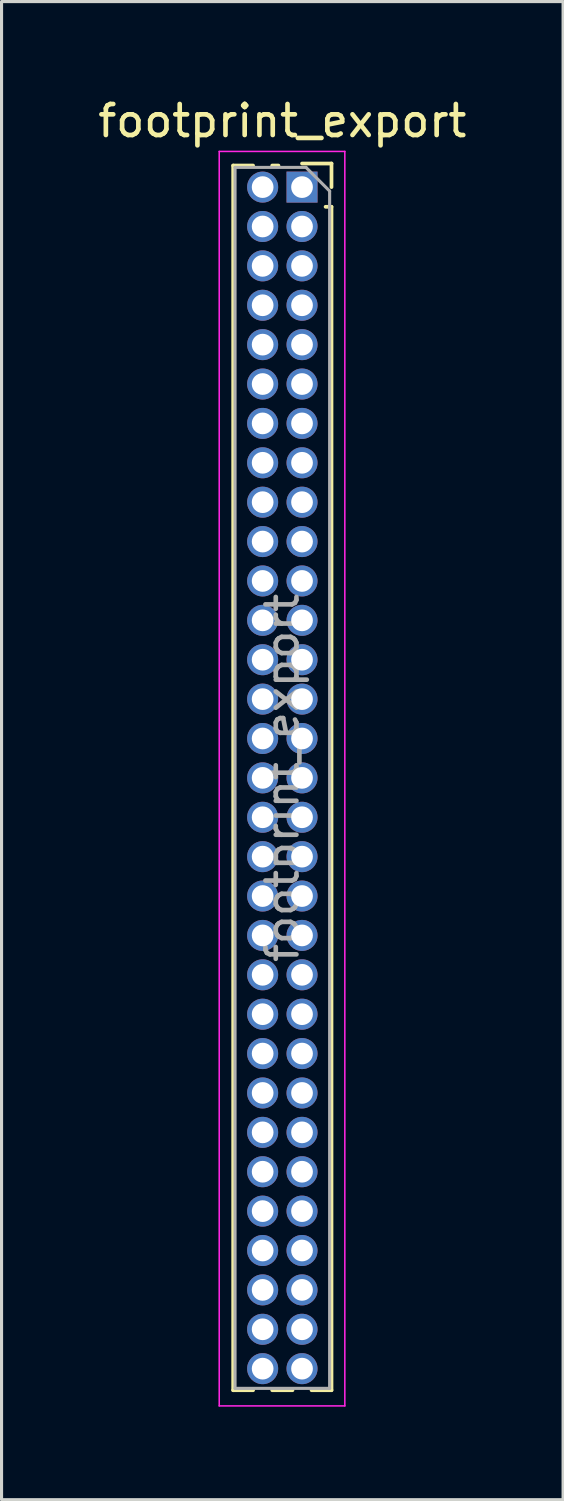
<source format=kicad_pcb>
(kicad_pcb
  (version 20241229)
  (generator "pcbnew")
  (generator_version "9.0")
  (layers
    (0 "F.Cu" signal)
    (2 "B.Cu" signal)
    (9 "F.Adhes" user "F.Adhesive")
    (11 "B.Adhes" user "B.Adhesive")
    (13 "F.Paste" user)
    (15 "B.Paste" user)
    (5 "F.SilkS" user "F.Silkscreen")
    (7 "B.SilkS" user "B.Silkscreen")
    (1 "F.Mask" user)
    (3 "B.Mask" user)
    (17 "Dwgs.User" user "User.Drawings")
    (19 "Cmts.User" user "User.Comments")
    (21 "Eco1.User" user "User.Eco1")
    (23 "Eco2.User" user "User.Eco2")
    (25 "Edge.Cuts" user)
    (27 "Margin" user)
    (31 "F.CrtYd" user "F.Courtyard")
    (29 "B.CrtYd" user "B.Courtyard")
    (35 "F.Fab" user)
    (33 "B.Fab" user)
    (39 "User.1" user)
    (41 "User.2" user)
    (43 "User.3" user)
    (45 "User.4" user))
  (footprint "footprint_export"
    (layer "F.Cu")
    (at 6.689 2.983)
    (property "Reference" "footprint_export" (at -0.635 -2.135 0) (layer "F.SilkS") (effects (font (size 1 1) (thickness 0.15))))
    (attr through_hole)
    (fp_line (start -2.22 -0.695) (end -2.22 38.795) (stroke (width 0.12) (type solid)) (layer "F.SilkS"))
    (fp_line (start -2.22 -0.695) (end -1.578 -0.695) (stroke (width 0.12) (type solid)) (layer "F.SilkS"))
    (fp_line (start -2.22 38.795) (end -1.578 38.795) (stroke (width 0.12) (type solid)) (layer "F.SilkS"))
    (fp_line (start -0.962 -0.695) (end -0.76 -0.695) (stroke (width 0.12) (type solid)) (layer "F.SilkS"))
    (fp_line (start -0.962 38.795) (end -0.308 38.795) (stroke (width 0.12) (type solid)) (layer "F.SilkS"))
    (fp_line (start 0 -0.76) (end 0.95 -0.76) (stroke (width 0.12) (type solid)) (layer "F.SilkS"))
    (fp_line (start 0.308 38.795) (end 0.95 38.795) (stroke (width 0.12) (type solid)) (layer "F.SilkS"))
    (fp_line (start 0.76 0.635) (end 0.95 0.635) (stroke (width 0.12) (type solid)) (layer "F.SilkS"))
    (fp_line (start 0.95 -0.76) (end 0.95 0) (stroke (width 0.12) (type solid)) (layer "F.SilkS"))
    (fp_line (start 0.95 0.635) (end 0.95 38.795) (stroke (width 0.12) (type solid)) (layer "F.SilkS"))
    (fp_line (start -2.67 -1.15) (end 1.38 -1.15) (stroke (width 0.05) (type solid)) (layer "F.CrtYd"))
    (fp_line (start -2.67 39.3) (end -2.67 -1.15) (stroke (width 0.05) (type solid)) (layer "F.CrtYd"))
    (fp_line (start 1.38 -1.15) (end 1.38 39.3) (stroke (width 0.05) (type solid)) (layer "F.CrtYd"))
    (fp_line (start 1.38 39.3) (end -2.67 39.3) (stroke (width 0.05) (type solid)) (layer "F.CrtYd"))
    (fp_line (start -2.16 -0.635) (end 0.128 -0.635) (stroke (width 0.1) (type solid)) (layer "F.Fab"))
    (fp_line (start -2.16 38.735) (end -2.16 -0.635) (stroke (width 0.1) (type solid)) (layer "F.Fab"))
    (fp_line (start 0.128 -0.635) (end 0.89 0.128) (stroke (width 0.1) (type solid)) (layer "F.Fab"))
    (fp_line (start 0.89 0.128) (end 0.89 38.735) (stroke (width 0.1) (type solid)) (layer "F.Fab"))
    (fp_line (start 0.89 38.735) (end -2.16 38.735) (stroke (width 0.1) (type solid)) (layer "F.Fab"))
    (fp_text user "${REFERENCE}" (at -0.635 19.05 90) (layer "F.Fab") (effects (font (size 1 1) (thickness 0.15))))
    (pad "1" thru_hole rect (at 0 0) (size 1 1) (drill 0.7) (layers "*.Cu" "*.Mask"))
    (pad "2" thru_hole oval (at -1.27 0) (size 1 1) (drill 0.7) (layers "*.Cu" "*.Mask"))
    (pad "3" thru_hole oval (at 0 1.27) (size 1 1) (drill 0.7) (layers "*.Cu" "*.Mask"))
    (pad "4" thru_hole oval (at -1.27 1.27) (size 1 1) (drill 0.7) (layers "*.Cu" "*.Mask"))
    (pad "5" thru_hole oval (at 0 2.54) (size 1 1) (drill 0.7) (layers "*.Cu" "*.Mask"))
    (pad "6" thru_hole oval (at -1.27 2.54) (size 1 1) (drill 0.7) (layers "*.Cu" "*.Mask"))
    (pad "7" thru_hole oval (at 0 3.81) (size 1 1) (drill 0.7) (layers "*.Cu" "*.Mask"))
    (pad "8" thru_hole oval (at -1.27 3.81) (size 1 1) (drill 0.7) (layers "*.Cu" "*.Mask"))
    (pad "9" thru_hole oval (at 0 5.08) (size 1 1) (drill 0.7) (layers "*.Cu" "*.Mask"))
    (pad "10" thru_hole oval (at -1.27 5.08) (size 1 1) (drill 0.7) (layers "*.Cu" "*.Mask"))
    (pad "11" thru_hole oval (at 0 6.35) (size 1 1) (drill 0.7) (layers "*.Cu" "*.Mask"))
    (pad "12" thru_hole oval (at -1.27 6.35) (size 1 1) (drill 0.7) (layers "*.Cu" "*.Mask"))
    (pad "13" thru_hole oval (at 0 7.62) (size 1 1) (drill 0.7) (layers "*.Cu" "*.Mask"))
    (pad "14" thru_hole oval (at -1.27 7.62) (size 1 1) (drill 0.7) (layers "*.Cu" "*.Mask"))
    (pad "15" thru_hole oval (at 0 8.89) (size 1 1) (drill 0.7) (layers "*.Cu" "*.Mask"))
    (pad "16" thru_hole oval (at -1.27 8.89) (size 1 1) (drill 0.7) (layers "*.Cu" "*.Mask"))
    (pad "17" thru_hole oval (at 0 10.16) (size 1 1) (drill 0.7) (layers "*.Cu" "*.Mask"))
    (pad "18" thru_hole oval (at -1.27 10.16) (size 1 1) (drill 0.7) (layers "*.Cu" "*.Mask"))
    (pad "19" thru_hole oval (at 0 11.43) (size 1 1) (drill 0.7) (layers "*.Cu" "*.Mask"))
    (pad "20" thru_hole oval (at -1.27 11.43) (size 1 1) (drill 0.7) (layers "*.Cu" "*.Mask"))
    (pad "21" thru_hole oval (at 0 12.7) (size 1 1) (drill 0.7) (layers "*.Cu" "*.Mask"))
    (pad "22" thru_hole oval (at -1.27 12.7) (size 1 1) (drill 0.7) (layers "*.Cu" "*.Mask"))
    (pad "23" thru_hole oval (at 0 13.97) (size 1 1) (drill 0.7) (layers "*.Cu" "*.Mask"))
    (pad "24" thru_hole oval (at -1.27 13.97) (size 1 1) (drill 0.7) (layers "*.Cu" "*.Mask"))
    (pad "25" thru_hole oval (at 0 15.24) (size 1 1) (drill 0.7) (layers "*.Cu" "*.Mask"))
    (pad "26" thru_hole oval (at -1.27 15.24) (size 1 1) (drill 0.7) (layers "*.Cu" "*.Mask"))
    (pad "27" thru_hole oval (at 0 16.51) (size 1 1) (drill 0.7) (layers "*.Cu" "*.Mask"))
    (pad "28" thru_hole oval (at -1.27 16.51) (size 1 1) (drill 0.7) (layers "*.Cu" "*.Mask"))
    (pad "29" thru_hole oval (at 0 17.78) (size 1 1) (drill 0.7) (layers "*.Cu" "*.Mask"))
    (pad "30" thru_hole oval (at -1.27 17.78) (size 1 1) (drill 0.7) (layers "*.Cu" "*.Mask"))
    (pad "31" thru_hole oval (at 0 19.05) (size 1 1) (drill 0.7) (layers "*.Cu" "*.Mask"))
    (pad "32" thru_hole oval (at -1.27 19.05) (size 1 1) (drill 0.7) (layers "*.Cu" "*.Mask"))
    (pad "33" thru_hole oval (at 0 20.32) (size 1 1) (drill 0.7) (layers "*.Cu" "*.Mask"))
    (pad "34" thru_hole oval (at -1.27 20.32) (size 1 1) (drill 0.7) (layers "*.Cu" "*.Mask"))
    (pad "35" thru_hole oval (at 0 21.59) (size 1 1) (drill 0.7) (layers "*.Cu" "*.Mask"))
    (pad "36" thru_hole oval (at -1.27 21.59) (size 1 1) (drill 0.7) (layers "*.Cu" "*.Mask"))
    (pad "37" thru_hole oval (at 0 22.86) (size 1 1) (drill 0.7) (layers "*.Cu" "*.Mask"))
    (pad "38" thru_hole oval (at -1.27 22.86) (size 1 1) (drill 0.7) (layers "*.Cu" "*.Mask"))
    (pad "39" thru_hole oval (at 0 24.13) (size 1 1) (drill 0.7) (layers "*.Cu" "*.Mask"))
    (pad "40" thru_hole oval (at -1.27 24.13) (size 1 1) (drill 0.7) (layers "*.Cu" "*.Mask"))
    (pad "41" thru_hole oval (at 0 25.4) (size 1 1) (drill 0.7) (layers "*.Cu" "*.Mask"))
    (pad "42" thru_hole oval (at -1.27 25.4) (size 1 1) (drill 0.7) (layers "*.Cu" "*.Mask"))
    (pad "43" thru_hole oval (at 0 26.67) (size 1 1) (drill 0.7) (layers "*.Cu" "*.Mask"))
    (pad "44" thru_hole oval (at -1.27 26.67) (size 1 1) (drill 0.7) (layers "*.Cu" "*.Mask"))
    (pad "45" thru_hole oval (at 0 27.94) (size 1 1) (drill 0.7) (layers "*.Cu" "*.Mask"))
    (pad "46" thru_hole oval (at -1.27 27.94) (size 1 1) (drill 0.7) (layers "*.Cu" "*.Mask"))
    (pad "47" thru_hole oval (at 0 29.21) (size 1 1) (drill 0.7) (layers "*.Cu" "*.Mask"))
    (pad "48" thru_hole oval (at -1.27 29.21) (size 1 1) (drill 0.7) (layers "*.Cu" "*.Mask"))
    (pad "49" thru_hole oval (at 0 30.48) (size 1 1) (drill 0.7) (layers "*.Cu" "*.Mask"))
    (pad "50" thru_hole oval (at -1.27 30.48) (size 1 1) (drill 0.7) (layers "*.Cu" "*.Mask"))
    (pad "51" thru_hole oval (at 0 31.75) (size 1 1) (drill 0.7) (layers "*.Cu" "*.Mask"))
    (pad "52" thru_hole oval (at -1.27 31.75) (size 1 1) (drill 0.7) (layers "*.Cu" "*.Mask"))
    (pad "53" thru_hole oval (at 0 33.02) (size 1 1) (drill 0.7) (layers "*.Cu" "*.Mask"))
    (pad "54" thru_hole oval (at -1.27 33.02) (size 1 1) (drill 0.7) (layers "*.Cu" "*.Mask"))
    (pad "55" thru_hole oval (at 0 34.29) (size 1 1) (drill 0.7) (layers "*.Cu" "*.Mask"))
    (pad "56" thru_hole oval (at -1.27 34.29) (size 1 1) (drill 0.7) (layers "*.Cu" "*.Mask"))
    (pad "57" thru_hole oval (at 0 35.56) (size 1 1) (drill 0.7) (layers "*.Cu" "*.Mask"))
    (pad "58" thru_hole oval (at -1.27 35.56) (size 1 1) (drill 0.7) (layers "*.Cu" "*.Mask"))
    (pad "59" thru_hole oval (at 0 36.83) (size 1 1) (drill 0.7) (layers "*.Cu" "*.Mask"))
    (pad "60" thru_hole oval (at -1.27 36.83) (size 1 1) (drill 0.7) (layers "*.Cu" "*.Mask"))
    (pad "61" thru_hole oval (at 0 38.1) (size 1 1) (drill 0.7) (layers "*.Cu" "*.Mask"))
    (pad "62" thru_hole oval (at -1.27 38.1) (size 1 1) (drill 0.7) (layers "*.Cu" "*.Mask")))
  (gr_rect
    (start -3 -3)
    (end 15.107 45.308)
    (stroke (width 0.1) (type default))
    (fill no)
    (layer "Edge.Cuts")))
</source>
